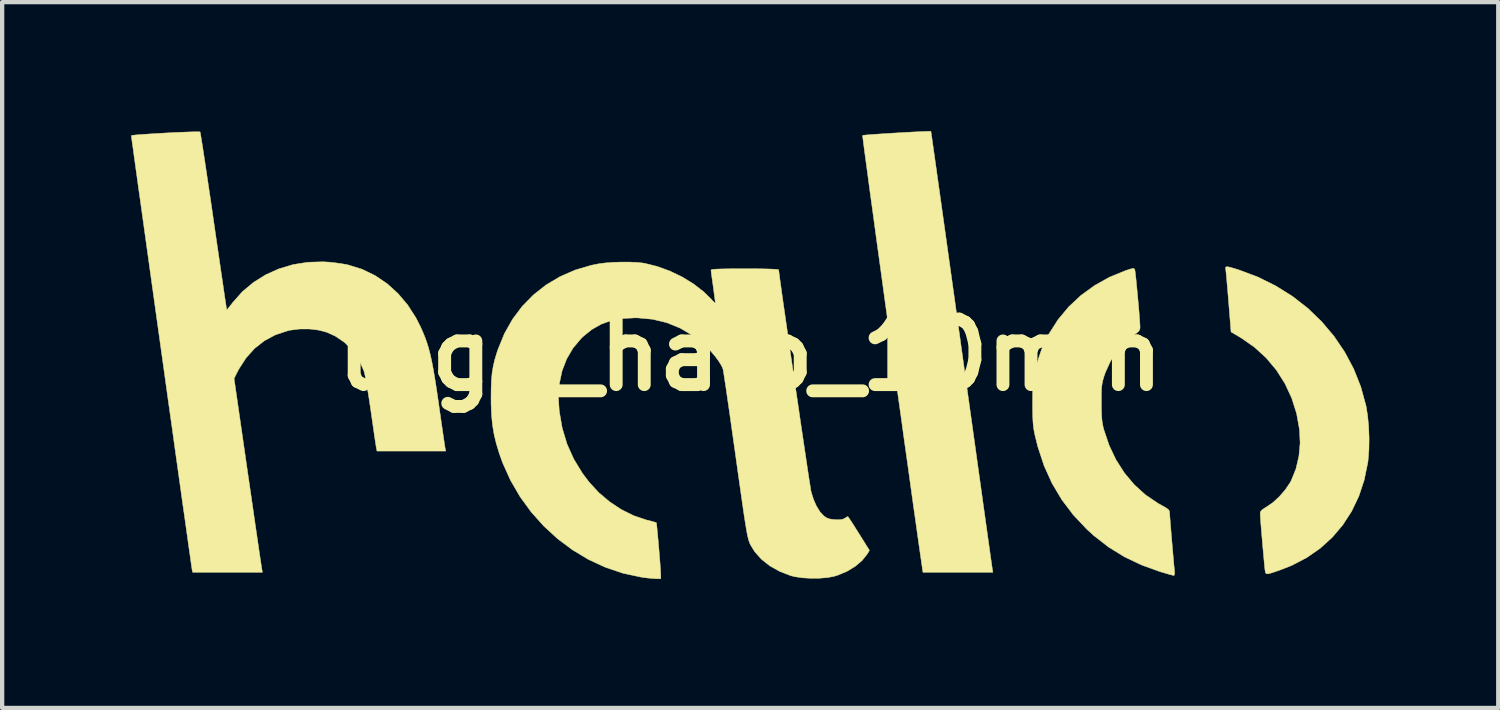
<source format=kicad_pcb>
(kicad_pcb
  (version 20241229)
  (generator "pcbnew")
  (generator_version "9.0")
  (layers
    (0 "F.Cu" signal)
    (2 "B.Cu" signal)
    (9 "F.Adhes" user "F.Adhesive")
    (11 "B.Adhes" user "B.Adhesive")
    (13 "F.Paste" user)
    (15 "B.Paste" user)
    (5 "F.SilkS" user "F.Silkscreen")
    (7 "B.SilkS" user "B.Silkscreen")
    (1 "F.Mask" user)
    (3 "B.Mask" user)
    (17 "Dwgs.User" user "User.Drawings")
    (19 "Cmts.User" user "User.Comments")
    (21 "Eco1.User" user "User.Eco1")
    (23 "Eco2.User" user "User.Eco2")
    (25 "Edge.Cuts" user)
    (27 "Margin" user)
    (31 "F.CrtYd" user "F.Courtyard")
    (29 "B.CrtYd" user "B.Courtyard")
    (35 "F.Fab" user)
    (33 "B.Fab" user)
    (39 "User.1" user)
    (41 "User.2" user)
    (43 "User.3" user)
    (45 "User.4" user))
  (footprint "logo_halo_10mm"
    (layer "F.Cu")
    (at 14.407 5.209)
    (property "Reference" "logo_halo_10mm" (at 0 0 0) (layer "F.SilkS") (effects (font (size 1.524 1.524) (thickness 0.3))))
    (attr through_hole)
    (fp_poly (pts (xy 11.163 -2.041) (xy 11.26 -2.013) (xy 11.372 -1.978) (xy 11.814 -1.812) (xy 12.23 -1.605) (xy 12.618 -1.362) (xy 12.974 -1.084) (xy 13.296 -0.773) (xy 13.583 -0.433) (xy 13.831 -0.066) (xy 14.039 0.325) (xy 14.203 0.738) (xy 14.322 1.171) (xy 14.327 1.19) (xy 14.363 1.416) (xy 14.387 1.672) (xy 14.397 1.942) (xy 14.393 2.207) (xy 14.374 2.447) (xy 14.365 2.513) (xy 14.282 2.914) (xy 14.157 3.289) (xy 13.99 3.638) (xy 13.784 3.956) (xy 13.539 4.244) (xy 13.259 4.498) (xy 12.945 4.716) (xy 12.597 4.897) (xy 12.344 4.997) (xy 12.208 5.044) (xy 12.112 5.075) (xy 12.05 5.091) (xy 12.012 5.091) (xy 11.992 5.076) (xy 11.982 5.047) (xy 11.978 5.023) (xy 11.971 4.971) (xy 11.962 4.878) (xy 11.95 4.754) (xy 11.937 4.607) (xy 11.922 4.446) (xy 11.908 4.281) (xy 11.894 4.119) (xy 11.882 3.971) (xy 11.872 3.844) (xy 11.866 3.747) (xy 11.863 3.69) (xy 11.862 3.683) (xy 11.872 3.642) (xy 11.907 3.603) (xy 11.975 3.556) (xy 12.017 3.531) (xy 12.164 3.429) (xy 12.311 3.292) (xy 12.447 3.135) (xy 12.557 2.973) (xy 12.587 2.918) (xy 12.695 2.65) (xy 12.764 2.357) (xy 12.792 2.05) (xy 12.778 1.74) (xy 12.71 1.361) (xy 12.596 1.002) (xy 12.439 0.665) (xy 12.241 0.353) (xy 12.004 0.07) (xy 11.73 -0.181) (xy 11.422 -0.396) (xy 11.403 -0.407) (xy 11.185 -0.536) (xy 11.128 -1.24) (xy 11.113 -1.426) (xy 11.098 -1.598) (xy 11.085 -1.749) (xy 11.074 -1.87) (xy 11.065 -1.956) (xy 11.06 -1.999) (xy 11.06 -2) (xy 11.057 -2.032) (xy 11.068 -2.05) (xy 11.102 -2.053) (xy 11.163 -2.041)) (stroke (width 0.01) (type solid)) (fill yes) (layer "F.SilkS"))
    (fp_poly (pts (xy 4.202 -5.202) (xy 4.206 -5.177) (xy 4.217 -5.103) (xy 4.234 -4.984) (xy 4.257 -4.822) (xy 4.286 -4.619) (xy 4.32 -4.378) (xy 4.359 -4.1) (xy 4.403 -3.789) (xy 4.451 -3.447) (xy 4.503 -3.076) (xy 4.559 -2.678) (xy 4.618 -2.257) (xy 4.68 -1.813) (xy 4.745 -1.351) (xy 4.812 -0.871) (xy 4.881 -0.377) (xy 4.912 -0.152) (xy 4.982 0.349) (xy 5.05 0.837) (xy 5.116 1.31) (xy 5.18 1.765) (xy 5.241 2.2) (xy 5.298 2.613) (xy 5.353 3.001) (xy 5.403 3.361) (xy 5.449 3.691) (xy 5.491 3.989) (xy 5.528 4.253) (xy 5.56 4.479) (xy 5.586 4.666) (xy 5.607 4.811) (xy 5.621 4.911) (xy 5.629 4.964) (xy 5.63 4.972) (xy 5.644 5.055) (xy 4.016 5.055) (xy 4 4.947) (xy 3.978 4.793) (xy 3.95 4.6) (xy 3.917 4.37) (xy 3.88 4.108) (xy 3.839 3.814) (xy 3.793 3.494) (xy 3.745 3.148) (xy 3.694 2.78) (xy 3.64 2.394) (xy 3.583 1.991) (xy 3.526 1.575) (xy 3.466 1.149) (xy 3.406 0.715) (xy 3.345 0.277) (xy 3.285 -0.163) (xy 3.224 -0.602) (xy 3.164 -1.036) (xy 3.105 -1.464) (xy 3.048 -1.882) (xy 2.992 -2.287) (xy 2.938 -2.677) (xy 2.888 -3.048) (xy 2.84 -3.398) (xy 2.795 -3.723) (xy 2.755 -4.021) (xy 2.719 -4.29) (xy 2.687 -4.525) (xy 2.66 -4.725) (xy 2.639 -4.886) (xy 2.624 -5.005) (xy 2.614 -5.08) (xy 2.612 -5.108) (xy 2.612 -5.108) (xy 2.64 -5.113) (xy 2.711 -5.12) (xy 2.817 -5.128) (xy 2.952 -5.138) (xy 3.107 -5.148) (xy 3.275 -5.159) (xy 3.449 -5.169) (xy 3.621 -5.179) (xy 3.784 -5.188) (xy 3.93 -5.195) (xy 4.052 -5.2) (xy 4.142 -5.203) (xy 4.194 -5.204) (xy 4.202 -5.202)) (stroke (width 0.01) (type solid)) (fill yes) (layer "F.SilkS"))
    (fp_poly (pts (xy 8.924 -2.012) (xy 8.94 -1.997) (xy 8.945 -1.986) (xy 8.952 -1.951) (xy 8.961 -1.873) (xy 8.974 -1.762) (xy 8.987 -1.625) (xy 9.002 -1.471) (xy 9.017 -1.308) (xy 9.032 -1.146) (xy 9.045 -0.992) (xy 9.055 -0.855) (xy 9.063 -0.743) (xy 9.067 -0.665) (xy 9.068 -0.643) (xy 9.062 -0.594) (xy 9.038 -0.553) (xy 8.986 -0.508) (xy 8.93 -0.47) (xy 8.721 -0.302) (xy 8.536 -0.094) (xy 8.38 0.146) (xy 8.259 0.411) (xy 8.226 0.508) (xy 8.203 0.586) (xy 8.187 0.659) (xy 8.176 0.738) (xy 8.17 0.834) (xy 8.168 0.958) (xy 8.168 1.118) (xy 8.17 1.289) (xy 8.175 1.422) (xy 8.183 1.528) (xy 8.197 1.618) (xy 8.216 1.705) (xy 8.225 1.736) (xy 8.348 2.102) (xy 8.509 2.44) (xy 8.705 2.746) (xy 8.933 3.018) (xy 9.192 3.253) (xy 9.478 3.447) (xy 9.562 3.494) (xy 9.665 3.552) (xy 9.727 3.597) (xy 9.752 3.634) (xy 9.753 3.644) (xy 9.756 3.685) (xy 9.762 3.768) (xy 9.771 3.885) (xy 9.782 4.026) (xy 9.795 4.184) (xy 9.809 4.349) (xy 9.823 4.514) (xy 9.837 4.67) (xy 9.849 4.808) (xy 9.859 4.919) (xy 9.867 4.995) (xy 9.868 5.01) (xy 9.873 5.088) (xy 9.864 5.124) (xy 9.85 5.13) (xy 9.814 5.122) (xy 9.74 5.102) (xy 9.64 5.073) (xy 9.535 5.042) (xy 9.104 4.887) (xy 8.707 4.698) (xy 8.339 4.472) (xy 7.995 4.205) (xy 7.829 4.054) (xy 7.516 3.722) (xy 7.247 3.367) (xy 7.02 2.986) (xy 6.835 2.577) (xy 6.69 2.138) (xy 6.624 1.873) (xy 6.603 1.771) (xy 6.588 1.676) (xy 6.578 1.575) (xy 6.572 1.458) (xy 6.568 1.314) (xy 6.567 1.132) (xy 6.567 1.105) (xy 6.568 0.926) (xy 6.57 0.786) (xy 6.575 0.676) (xy 6.583 0.585) (xy 6.596 0.502) (xy 6.614 0.415) (xy 6.635 0.329) (xy 6.673 0.19) (xy 6.718 0.043) (xy 6.763 -0.089) (xy 6.782 -0.141) (xy 6.95 -0.494) (xy 7.159 -0.821) (xy 7.407 -1.119) (xy 7.691 -1.385) (xy 8.009 -1.616) (xy 8.356 -1.81) (xy 8.73 -1.963) (xy 8.739 -1.966) (xy 8.834 -1.997) (xy 8.892 -2.012) (xy 8.924 -2.012)) (stroke (width 0.01) (type solid)) (fill yes) (layer "F.SilkS"))
    (fp_poly (pts (xy -12.815 -5.192) (xy -12.802 -5.189) (xy -12.795 -5.161) (xy -12.783 -5.087) (xy -12.764 -4.97) (xy -12.739 -4.814) (xy -12.71 -4.623) (xy -12.676 -4.401) (xy -12.639 -4.15) (xy -12.598 -3.876) (xy -12.554 -3.582) (xy -12.509 -3.272) (xy -12.486 -3.111) (xy -12.44 -2.795) (xy -12.396 -2.492) (xy -12.354 -2.209) (xy -12.316 -1.948) (xy -12.281 -1.712) (xy -12.251 -1.506) (xy -12.226 -1.334) (xy -12.205 -1.199) (xy -12.191 -1.105) (xy -12.183 -1.056) (xy -12.182 -1.049) (xy -12.166 -1.065) (xy -12.126 -1.113) (xy -12.07 -1.184) (xy -12.042 -1.22) (xy -11.82 -1.471) (xy -11.564 -1.686) (xy -11.278 -1.865) (xy -10.969 -2.004) (xy -10.639 -2.103) (xy -10.295 -2.158) (xy -9.941 -2.168) (xy -9.799 -2.16) (xy -9.664 -2.145) (xy -9.526 -2.126) (xy -9.406 -2.106) (xy -9.36 -2.096) (xy -9.036 -1.996) (xy -8.733 -1.85) (xy -8.452 -1.661) (xy -8.198 -1.431) (xy -7.972 -1.164) (xy -7.777 -0.86) (xy -7.674 -0.657) (xy -7.617 -0.528) (xy -7.566 -0.403) (xy -7.522 -0.278) (xy -7.481 -0.145) (xy -7.444 0.001) (xy -7.408 0.165) (xy -7.372 0.355) (xy -7.335 0.575) (xy -7.295 0.833) (xy -7.251 1.133) (xy -7.239 1.219) (xy -7.209 1.43) (xy -7.181 1.626) (xy -7.155 1.801) (xy -7.133 1.951) (xy -7.116 2.068) (xy -7.104 2.146) (xy -7.098 2.178) (xy -7.086 2.235) (xy -7.886 2.235) (xy -8.686 2.235) (xy -8.698 2.178) (xy -8.705 2.139) (xy -8.718 2.057) (xy -8.736 1.938) (xy -8.758 1.788) (xy -8.783 1.613) (xy -8.811 1.421) (xy -8.825 1.321) (xy -8.855 1.117) (xy -8.885 0.923) (xy -8.915 0.746) (xy -8.942 0.594) (xy -8.965 0.473) (xy -8.984 0.392) (xy -8.99 0.372) (xy -9.102 0.118) (xy -9.252 -0.103) (xy -9.436 -0.289) (xy -9.653 -0.437) (xy -9.855 -0.529) (xy -10.046 -0.579) (xy -10.263 -0.605) (xy -10.488 -0.604) (xy -10.704 -0.577) (xy -10.765 -0.563) (xy -11.052 -0.467) (xy -11.307 -0.33) (xy -11.533 -0.153) (xy -11.73 0.066) (xy -11.899 0.327) (xy -11.934 0.394) (xy -12.011 0.547) (xy -11.697 2.718) (xy -11.649 3.046) (xy -11.603 3.361) (xy -11.56 3.659) (xy -11.52 3.936) (xy -11.483 4.188) (xy -11.45 4.412) (xy -11.422 4.604) (xy -11.399 4.76) (xy -11.381 4.876) (xy -11.37 4.949) (xy -11.367 4.972) (xy -11.351 5.055) (xy -12.975 5.055) (xy -12.99 4.985) (xy -12.994 4.954) (xy -13.006 4.876) (xy -13.023 4.754) (xy -13.046 4.591) (xy -13.075 4.389) (xy -13.108 4.151) (xy -13.146 3.881) (xy -13.189 3.581) (xy -13.235 3.255) (xy -13.284 2.904) (xy -13.336 2.533) (xy -13.391 2.143) (xy -13.447 1.738) (xy -13.506 1.322) (xy -13.566 0.895) (xy -13.626 0.463) (xy -13.687 0.026) (xy -13.748 -0.41) (xy -13.809 -0.845) (xy -13.869 -1.274) (xy -13.928 -1.695) (xy -13.985 -2.105) (xy -14.04 -2.5) (xy -14.093 -2.879) (xy -14.143 -3.238) (xy -14.19 -3.575) (xy -14.234 -3.885) (xy -14.273 -4.168) (xy -14.308 -4.418) (xy -14.338 -4.635) (xy -14.362 -4.813) (xy -14.382 -4.952) (xy -14.395 -5.048) (xy -14.401 -5.097) (xy -14.402 -5.104) (xy -14.378 -5.11) (xy -14.31 -5.118) (xy -14.207 -5.127) (xy -14.074 -5.136) (xy -13.921 -5.146) (xy -13.754 -5.156) (xy -13.58 -5.166) (xy -13.407 -5.175) (xy -13.243 -5.182) (xy -13.094 -5.188) (xy -12.968 -5.192) (xy -12.873 -5.193) (xy -12.815 -5.192)) (stroke (width 0.01) (type solid)) (fill yes) (layer "F.SilkS"))
    (fp_poly (pts (xy -2.799 -2.161) (xy -2.624 -2.153) (xy -2.482 -2.137) (xy -2.465 -2.134) (xy -2.168 -2.061) (xy -1.871 -1.953) (xy -1.586 -1.816) (xy -1.322 -1.654) (xy -1.089 -1.474) (xy -0.929 -1.318) (xy -0.872 -1.257) (xy -0.83 -1.218) (xy -0.813 -1.21) (xy -0.813 -1.211) (xy -0.816 -1.243) (xy -0.826 -1.316) (xy -0.84 -1.419) (xy -0.857 -1.544) (xy -0.863 -1.588) (xy -0.881 -1.719) (xy -0.897 -1.832) (xy -0.908 -1.919) (xy -0.914 -1.968) (xy -0.914 -1.975) (xy -0.903 -1.984) (xy -0.868 -1.992) (xy -0.804 -1.997) (xy -0.708 -2.001) (xy -0.574 -2.004) (xy -0.399 -2.006) (xy -0.178 -2.007) (xy -0.127 -2.007) (xy 0.1 -2.006) (xy 0.294 -2.004) (xy 0.45 -2) (xy 0.565 -1.995) (xy 0.637 -1.989) (xy 0.66 -1.982) (xy 0.664 -1.947) (xy 0.675 -1.865) (xy 0.691 -1.741) (xy 0.714 -1.58) (xy 0.741 -1.385) (xy 0.773 -1.16) (xy 0.809 -0.911) (xy 0.848 -0.64) (xy 0.89 -0.352) (xy 0.933 -0.051) (xy 0.978 0.259) (xy 1.024 0.573) (xy 1.07 0.887) (xy 1.116 1.198) (xy 1.16 1.5) (xy 1.203 1.791) (xy 1.244 2.066) (xy 1.282 2.32) (xy 1.316 2.549) (xy 1.346 2.75) (xy 1.372 2.918) (xy 1.393 3.048) (xy 1.407 3.138) (xy 1.415 3.182) (xy 1.415 3.183) (xy 1.469 3.357) (xy 1.539 3.516) (xy 1.621 3.648) (xy 1.707 3.742) (xy 1.709 3.743) (xy 1.776 3.789) (xy 1.844 3.815) (xy 1.936 3.828) (xy 1.969 3.831) (xy 2.078 3.833) (xy 2.153 3.821) (xy 2.196 3.8) (xy 2.244 3.771) (xy 2.27 3.759) (xy 2.286 3.78) (xy 2.324 3.837) (xy 2.381 3.923) (xy 2.45 4.033) (xy 2.526 4.153) (xy 2.772 4.547) (xy 2.719 4.634) (xy 2.6 4.783) (xy 2.441 4.918) (xy 2.25 5.034) (xy 2.037 5.123) (xy 1.95 5.15) (xy 1.797 5.179) (xy 1.612 5.194) (xy 1.413 5.196) (xy 1.218 5.185) (xy 1.043 5.16) (xy 0.94 5.135) (xy 0.681 5.034) (xy 0.451 4.905) (xy 0.256 4.75) (xy 0.1 4.574) (xy 0.003 4.414) (xy -0.012 4.382) (xy -0.025 4.347) (xy -0.039 4.306) (xy -0.052 4.255) (xy -0.067 4.191) (xy -0.083 4.109) (xy -0.1 4.006) (xy -0.121 3.879) (xy -0.145 3.724) (xy -0.172 3.538) (xy -0.204 3.316) (xy -0.241 3.055) (xy -0.284 2.752) (xy -0.333 2.403) (xy -0.342 2.337) (xy -0.386 2.028) (xy -0.428 1.733) (xy -0.467 1.454) (xy -0.504 1.197) (xy -0.538 0.965) (xy -0.567 0.763) (xy -0.593 0.594) (xy -0.613 0.463) (xy -0.627 0.373) (xy -0.635 0.329) (xy -0.635 0.328) (xy -0.672 0.244) (xy -0.739 0.138) (xy -0.828 0.019) (xy -0.931 -0.101) (xy -1.04 -0.212) (xy -1.055 -0.225) (xy -1.334 -0.448) (xy -1.63 -0.624) (xy -1.943 -0.751) (xy -2.273 -0.831) (xy -2.619 -0.863) (xy -2.679 -0.864) (xy -2.975 -0.848) (xy -3.237 -0.8) (xy -3.472 -0.716) (xy -3.687 -0.593) (xy -3.888 -0.431) (xy -3.938 -0.382) (xy -4.126 -0.159) (xy -4.273 0.093) (xy -4.38 0.371) (xy -4.444 0.672) (xy -4.465 0.994) (xy -4.445 1.307) (xy -4.376 1.703) (xy -4.264 2.073) (xy -4.108 2.421) (xy -3.906 2.752) (xy -3.751 2.958) (xy -3.527 3.201) (xy -3.273 3.416) (xy -2.999 3.597) (xy -2.712 3.739) (xy -2.422 3.837) (xy -2.413 3.839) (xy -2.315 3.864) (xy -2.238 3.885) (xy -2.193 3.899) (xy -2.187 3.902) (xy -2.182 3.928) (xy -2.174 3.997) (xy -2.164 4.1) (xy -2.152 4.228) (xy -2.139 4.372) (xy -2.126 4.524) (xy -2.114 4.676) (xy -2.102 4.819) (xy -2.093 4.944) (xy -2.087 5.043) (xy -2.084 5.108) (xy -2.084 5.112) (xy -2.083 5.207) (xy -2.203 5.205) (xy -2.286 5.199) (xy -2.398 5.188) (xy -2.518 5.172) (xy -2.548 5.167) (xy -2.968 5.077) (xy -3.375 4.939) (xy -3.766 4.758) (xy -4.137 4.535) (xy -4.485 4.275) (xy -4.807 3.979) (xy -5.1 3.651) (xy -5.359 3.295) (xy -5.581 2.912) (xy -5.764 2.506) (xy -5.84 2.292) (xy -5.911 2.058) (xy -5.963 1.84) (xy -5.999 1.623) (xy -6.021 1.393) (xy -6.031 1.136) (xy -6.032 0.991) (xy -6.03 0.765) (xy -6.022 0.577) (xy -6.007 0.415) (xy -5.982 0.265) (xy -5.947 0.115) (xy -5.898 -0.048) (xy -5.868 -0.137) (xy -5.72 -0.499) (xy -5.532 -0.832) (xy -5.306 -1.133) (xy -5.044 -1.4) (xy -4.75 -1.631) (xy -4.426 -1.824) (xy -4.074 -1.977) (xy -3.696 -2.088) (xy -3.524 -2.122) (xy -3.37 -2.142) (xy -3.187 -2.156) (xy -2.992 -2.162) (xy -2.799 -2.161)) (stroke (width 0.01) (type solid)) (fill yes) (layer "F.SilkS")))
  (gr_rect
    (start -3 -3)
    (end 31.809 13.421)
    (stroke (width 0.1) (type default))
    (fill no)
    (layer "Edge.Cuts")))
</source>
